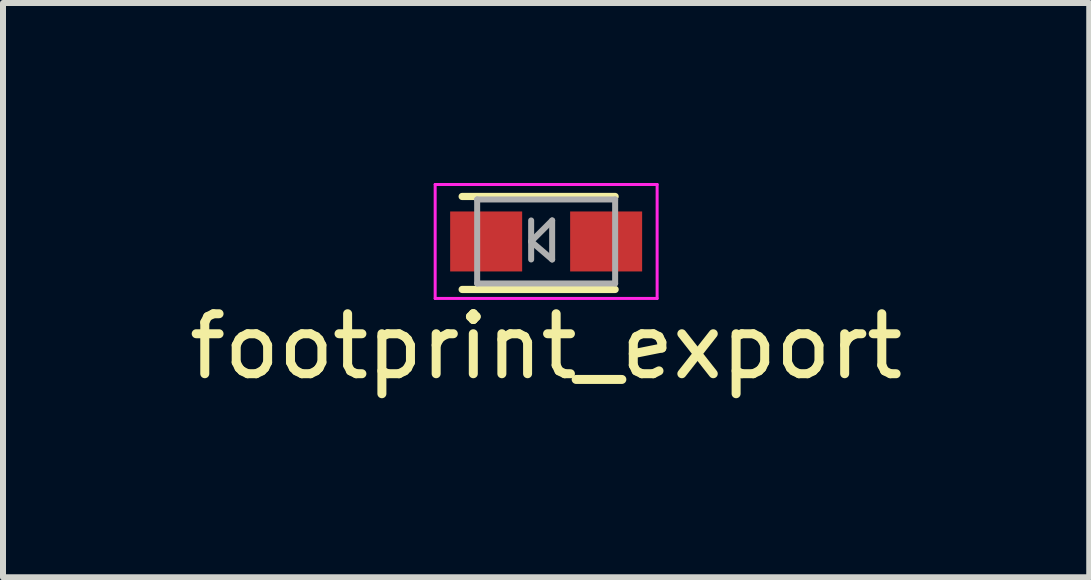
<source format=kicad_pcb>
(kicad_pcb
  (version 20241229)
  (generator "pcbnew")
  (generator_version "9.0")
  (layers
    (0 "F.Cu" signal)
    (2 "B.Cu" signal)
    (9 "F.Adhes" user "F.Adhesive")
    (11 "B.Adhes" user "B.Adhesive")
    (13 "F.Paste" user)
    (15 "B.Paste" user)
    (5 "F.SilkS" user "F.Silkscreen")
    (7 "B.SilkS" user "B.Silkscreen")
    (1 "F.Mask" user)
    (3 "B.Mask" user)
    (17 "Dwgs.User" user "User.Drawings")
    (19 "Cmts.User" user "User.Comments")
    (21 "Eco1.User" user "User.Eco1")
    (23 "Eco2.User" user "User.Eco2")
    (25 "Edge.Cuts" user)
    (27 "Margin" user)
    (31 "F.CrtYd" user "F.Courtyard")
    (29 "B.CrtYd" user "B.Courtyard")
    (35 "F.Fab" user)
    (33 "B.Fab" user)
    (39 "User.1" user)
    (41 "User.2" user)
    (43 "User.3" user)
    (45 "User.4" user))
  (footprint "footprint_export"
    (layer "F.Cu")
    (at 6.054 0.975)
    (property "Reference" "footprint_export" (at 0 1.75 0) (layer "F.SilkS") (effects (font (size 1 1) (thickness 0.15))))
    (attr smd)
    (fp_line (start -1.4 0.8) (end 1.15 0.8) (stroke (width 0.12) (type solid)) (layer "F.SilkS"))
    (fp_line (start 1.15 -0.75) (end -1.4 -0.75) (stroke (width 0.12) (type solid)) (layer "F.SilkS"))
    (fp_line (start -1.85 -0.95) (end 1.85 -0.95) (stroke (width 0.05) (type solid)) (layer "F.CrtYd"))
    (fp_line (start -1.85 0.95) (end -1.85 -0.95) (stroke (width 0.05) (type solid)) (layer "F.CrtYd"))
    (fp_line (start 1.85 -0.95) (end 1.85 0.95) (stroke (width 0.05) (type solid)) (layer "F.CrtYd"))
    (fp_line (start 1.85 0.95) (end -1.85 0.95) (stroke (width 0.05) (type solid)) (layer "F.CrtYd"))
    (fp_line (start -1.15 -0.7) (end 1.15 -0.7) (stroke (width 0.1) (type solid)) (layer "F.Fab"))
    (fp_line (start -1.15 0.7) (end -1.15 -0.7) (stroke (width 0.1) (type solid)) (layer "F.Fab"))
    (fp_line (start -0.25 -0.35) (end -0.25 0.3) (stroke (width 0.1) (type solid)) (layer "F.Fab"))
    (fp_line (start -0.25 0) (end 0.1 0.3) (stroke (width 0.1) (type solid)) (layer "F.Fab"))
    (fp_line (start 0.1 -0.35) (end -0.25 0) (stroke (width 0.1) (type solid)) (layer "F.Fab"))
    (fp_line (start 0.1 0.3) (end 0.1 -0.35) (stroke (width 0.1) (type solid)) (layer "F.Fab"))
    (fp_line (start 1.15 -0.7) (end 1.15 0.7) (stroke (width 0.1) (type solid)) (layer "F.Fab"))
    (fp_line (start 1.15 0.7) (end -1.15 0.7) (stroke (width 0.1) (type solid)) (layer "F.Fab"))
    (pad "1" smd rect (at -1 0 180) (size 1.2 1) (layers "F.Cu" "F.Mask" "F.Paste"))
    (pad "2" smd rect (at 1 0 180) (size 1.2 1) (layers "F.Cu" "F.Mask" "F.Paste")))
  (gr_rect
    (start -3 -3)
    (end 15.107 6.573)
    (stroke (width 0.1) (type default))
    (fill no)
    (layer "Edge.Cuts")))
</source>
